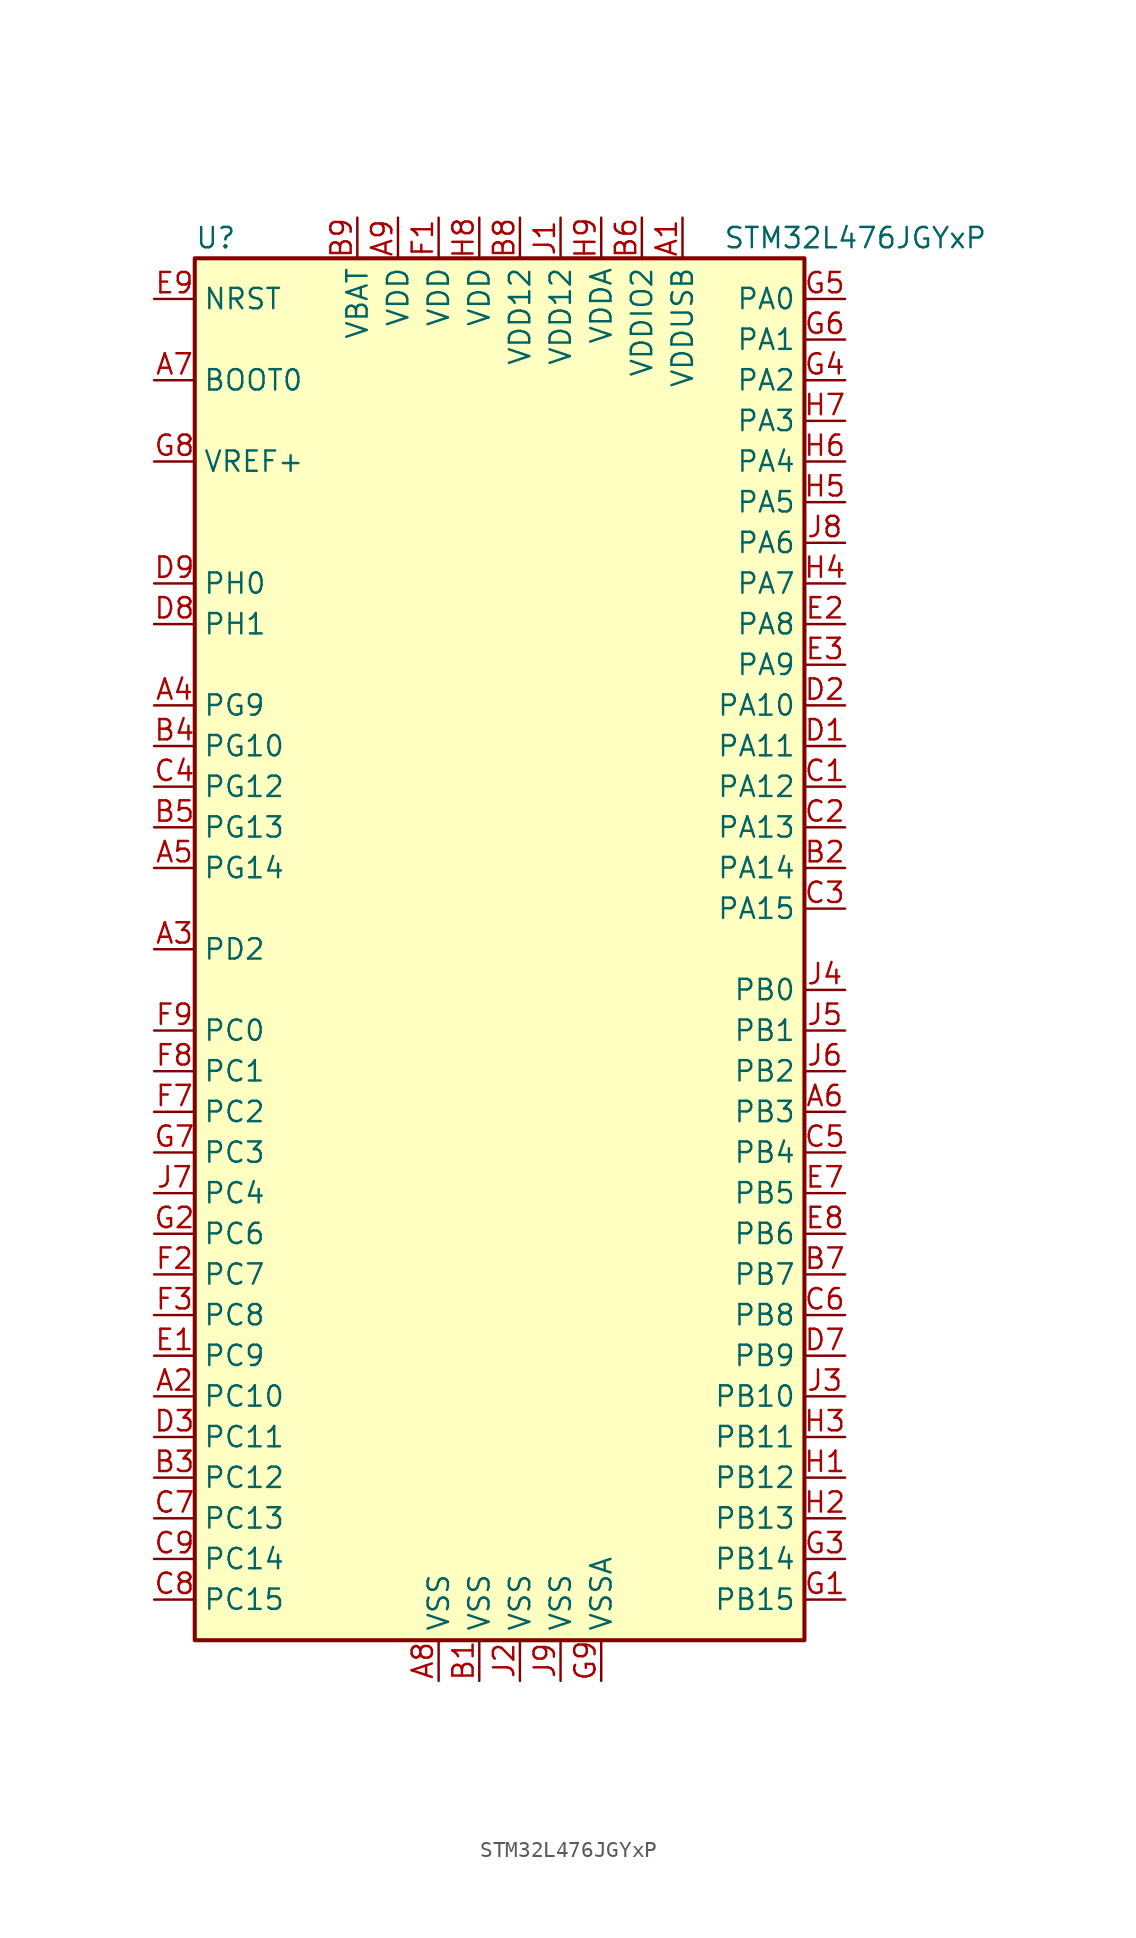
<source format=kicad_sym>
(kicad_symbol_lib
  (version 20201005)
  (generator kicad_symbol_editor)
  (symbol "MCU_ST_STM32L4:STM32L476JGYxP"
    (property "Reference" "U"
      (at -20.32 44.45 0)
      (effects (font (size 1.27 1.27)) (justify left)))
    (property "Value" "STM32L476JGYxP"
      (at 12.7 44.45 0)
      (effects (font (size 1.27 1.27)) (justify left)))
    (symbol "STM32L476JGYxP_0_1"
      (rectangle (start -20.32 -43.18) (end 17.78 43.18) (stroke (width 0.254)) (fill (type background))))
    (symbol "STM32L476JGYxP_1_1"
      (pin power_in line (at 10.16 45.72 270) (length 2.54) (name "VDDUSB" (effects (font (size 1.27 1.27)))) (number "A1" (effects (font (size 1.27 1.27)))))
      (pin bidirectional line (at -22.86 -27.94 0) (length 2.54) (name "PC10" (effects (font (size 1.27 1.27)))) (number "A2" (effects (font (size 1.27 1.27)))))
      (pin bidirectional line (at -22.86 0 0) (length 2.54) (name "PD2" (effects (font (size 1.27 1.27)))) (number "A3" (effects (font (size 1.27 1.27)))))
      (pin bidirectional line (at -22.86 15.24 0) (length 2.54) (name "PG9" (effects (font (size 1.27 1.27)))) (number "A4" (effects (font (size 1.27 1.27)))))
      (pin bidirectional line (at -22.86 5.08 0) (length 2.54) (name "PG14" (effects (font (size 1.27 1.27)))) (number "A5" (effects (font (size 1.27 1.27)))))
      (pin bidirectional line (at 20.32 -10.16 180) (length 2.54) (name "PB3" (effects (font (size 1.27 1.27)))) (number "A6" (effects (font (size 1.27 1.27)))))
      (pin input line (at -22.86 35.56 0) (length 2.54) (name "BOOT0" (effects (font (size 1.27 1.27)))) (number "A7" (effects (font (size 1.27 1.27)))))
      (pin power_in line (at -5.08 -45.72 90) (length 2.54) (name "VSS" (effects (font (size 1.27 1.27)))) (number "A8" (effects (font (size 1.27 1.27)))))
      (pin power_in line (at -7.62 45.72 270) (length 2.54) (name "VDD" (effects (font (size 1.27 1.27)))) (number "A9" (effects (font (size 1.27 1.27)))))
      (pin power_in line (at -2.54 -45.72 90) (length 2.54) (name "VSS" (effects (font (size 1.27 1.27)))) (number "B1" (effects (font (size 1.27 1.27)))))
      (pin bidirectional line (at 20.32 5.08 180) (length 2.54) (name "PA14" (effects (font (size 1.27 1.27)))) (number "B2" (effects (font (size 1.27 1.27)))))
      (pin bidirectional line (at -22.86 -33.02 0) (length 2.54) (name "PC12" (effects (font (size 1.27 1.27)))) (number "B3" (effects (font (size 1.27 1.27)))))
      (pin bidirectional line (at -22.86 12.7 0) (length 2.54) (name "PG10" (effects (font (size 1.27 1.27)))) (number "B4" (effects (font (size 1.27 1.27)))))
      (pin bidirectional line (at -22.86 7.62 0) (length 2.54) (name "PG13" (effects (font (size 1.27 1.27)))) (number "B5" (effects (font (size 1.27 1.27)))))
      (pin power_in line (at 7.62 45.72 270) (length 2.54) (name "VDDIO2" (effects (font (size 1.27 1.27)))) (number "B6" (effects (font (size 1.27 1.27)))))
      (pin bidirectional line (at 20.32 -20.32 180) (length 2.54) (name "PB7" (effects (font (size 1.27 1.27)))) (number "B7" (effects (font (size 1.27 1.27)))))
      (pin power_in line (at 0 45.72 270) (length 2.54) (name "VDD12" (effects (font (size 1.27 1.27)))) (number "B8" (effects (font (size 1.27 1.27)))))
      (pin power_in line (at -10.16 45.72 270) (length 2.54) (name "VBAT" (effects (font (size 1.27 1.27)))) (number "B9" (effects (font (size 1.27 1.27)))))
      (pin bidirectional line (at 20.32 10.16 180) (length 2.54) (name "PA12" (effects (font (size 1.27 1.27)))) (number "C1" (effects (font (size 1.27 1.27)))))
      (pin bidirectional line (at 20.32 7.62 180) (length 2.54) (name "PA13" (effects (font (size 1.27 1.27)))) (number "C2" (effects (font (size 1.27 1.27)))))
      (pin bidirectional line (at 20.32 2.54 180) (length 2.54) (name "PA15" (effects (font (size 1.27 1.27)))) (number "C3" (effects (font (size 1.27 1.27)))))
      (pin bidirectional line (at -22.86 10.16 0) (length 2.54) (name "PG12" (effects (font (size 1.27 1.27)))) (number "C4" (effects (font (size 1.27 1.27)))))
      (pin bidirectional line (at 20.32 -12.7 180) (length 2.54) (name "PB4" (effects (font (size 1.27 1.27)))) (number "C5" (effects (font (size 1.27 1.27)))))
      (pin bidirectional line (at 20.32 -22.86 180) (length 2.54) (name "PB8" (effects (font (size 1.27 1.27)))) (number "C6" (effects (font (size 1.27 1.27)))))
      (pin bidirectional line (at -22.86 -35.56 0) (length 2.54) (name "PC13" (effects (font (size 1.27 1.27)))) (number "C7" (effects (font (size 1.27 1.27)))))
      (pin bidirectional line (at -22.86 -40.64 0) (length 2.54) (name "PC15" (effects (font (size 1.27 1.27)))) (number "C8" (effects (font (size 1.27 1.27)))))
      (pin bidirectional line (at -22.86 -38.1 0) (length 2.54) (name "PC14" (effects (font (size 1.27 1.27)))) (number "C9" (effects (font (size 1.27 1.27)))))
      (pin bidirectional line (at 20.32 12.7 180) (length 2.54) (name "PA11" (effects (font (size 1.27 1.27)))) (number "D1" (effects (font (size 1.27 1.27)))))
      (pin bidirectional line (at 20.32 15.24 180) (length 2.54) (name "PA10" (effects (font (size 1.27 1.27)))) (number "D2" (effects (font (size 1.27 1.27)))))
      (pin bidirectional line (at -22.86 -30.48 0) (length 2.54) (name "PC11" (effects (font (size 1.27 1.27)))) (number "D3" (effects (font (size 1.27 1.27)))))
      (pin bidirectional line (at 20.32 -25.4 180) (length 2.54) (name "PB9" (effects (font (size 1.27 1.27)))) (number "D7" (effects (font (size 1.27 1.27)))))
      (pin input line (at -22.86 20.32 0) (length 2.54) (name "PH1" (effects (font (size 1.27 1.27)))) (number "D8" (effects (font (size 1.27 1.27)))))
      (pin input line (at -22.86 22.86 0) (length 2.54) (name "PH0" (effects (font (size 1.27 1.27)))) (number "D9" (effects (font (size 1.27 1.27)))))
      (pin bidirectional line (at -22.86 -25.4 0) (length 2.54) (name "PC9" (effects (font (size 1.27 1.27)))) (number "E1" (effects (font (size 1.27 1.27)))))
      (pin bidirectional line (at 20.32 20.32 180) (length 2.54) (name "PA8" (effects (font (size 1.27 1.27)))) (number "E2" (effects (font (size 1.27 1.27)))))
      (pin bidirectional line (at 20.32 17.78 180) (length 2.54) (name "PA9" (effects (font (size 1.27 1.27)))) (number "E3" (effects (font (size 1.27 1.27)))))
      (pin bidirectional line (at 20.32 -15.24 180) (length 2.54) (name "PB5" (effects (font (size 1.27 1.27)))) (number "E7" (effects (font (size 1.27 1.27)))))
      (pin bidirectional line (at 20.32 -17.78 180) (length 2.54) (name "PB6" (effects (font (size 1.27 1.27)))) (number "E8" (effects (font (size 1.27 1.27)))))
      (pin input line (at -22.86 40.64 0) (length 2.54) (name "NRST" (effects (font (size 1.27 1.27)))) (number "E9" (effects (font (size 1.27 1.27)))))
      (pin power_in line (at -5.08 45.72 270) (length 2.54) (name "VDD" (effects (font (size 1.27 1.27)))) (number "F1" (effects (font (size 1.27 1.27)))))
      (pin bidirectional line (at -22.86 -20.32 0) (length 2.54) (name "PC7" (effects (font (size 1.27 1.27)))) (number "F2" (effects (font (size 1.27 1.27)))))
      (pin bidirectional line (at -22.86 -22.86 0) (length 2.54) (name "PC8" (effects (font (size 1.27 1.27)))) (number "F3" (effects (font (size 1.27 1.27)))))
      (pin bidirectional line (at -22.86 -10.16 0) (length 2.54) (name "PC2" (effects (font (size 1.27 1.27)))) (number "F7" (effects (font (size 1.27 1.27)))))
      (pin bidirectional line (at -22.86 -7.62 0) (length 2.54) (name "PC1" (effects (font (size 1.27 1.27)))) (number "F8" (effects (font (size 1.27 1.27)))))
      (pin bidirectional line (at -22.86 -5.08 0) (length 2.54) (name "PC0" (effects (font (size 1.27 1.27)))) (number "F9" (effects (font (size 1.27 1.27)))))
      (pin bidirectional line (at 20.32 -40.64 180) (length 2.54) (name "PB15" (effects (font (size 1.27 1.27)))) (number "G1" (effects (font (size 1.27 1.27)))))
      (pin bidirectional line (at -22.86 -17.78 0) (length 2.54) (name "PC6" (effects (font (size 1.27 1.27)))) (number "G2" (effects (font (size 1.27 1.27)))))
      (pin bidirectional line (at 20.32 -38.1 180) (length 2.54) (name "PB14" (effects (font (size 1.27 1.27)))) (number "G3" (effects (font (size 1.27 1.27)))))
      (pin bidirectional line (at 20.32 35.56 180) (length 2.54) (name "PA2" (effects (font (size 1.27 1.27)))) (number "G4" (effects (font (size 1.27 1.27)))))
      (pin bidirectional line (at 20.32 40.64 180) (length 2.54) (name "PA0" (effects (font (size 1.27 1.27)))) (number "G5" (effects (font (size 1.27 1.27)))))
      (pin bidirectional line (at 20.32 38.1 180) (length 2.54) (name "PA1" (effects (font (size 1.27 1.27)))) (number "G6" (effects (font (size 1.27 1.27)))))
      (pin bidirectional line (at -22.86 -12.7 0) (length 2.54) (name "PC3" (effects (font (size 1.27 1.27)))) (number "G7" (effects (font (size 1.27 1.27)))))
      (pin bidirectional line (at -22.86 30.48 0) (length 2.54) (name "VREF+" (effects (font (size 1.27 1.27)))) (number "G8" (effects (font (size 1.27 1.27)))))
      (pin power_in line (at 5.08 -45.72 90) (length 2.54) (name "VSSA" (effects (font (size 1.27 1.27)))) (number "G9" (effects (font (size 1.27 1.27)))))
      (pin bidirectional line (at 20.32 -33.02 180) (length 2.54) (name "PB12" (effects (font (size 1.27 1.27)))) (number "H1" (effects (font (size 1.27 1.27)))))
      (pin bidirectional line (at 20.32 -35.56 180) (length 2.54) (name "PB13" (effects (font (size 1.27 1.27)))) (number "H2" (effects (font (size 1.27 1.27)))))
      (pin bidirectional line (at 20.32 -30.48 180) (length 2.54) (name "PB11" (effects (font (size 1.27 1.27)))) (number "H3" (effects (font (size 1.27 1.27)))))
      (pin bidirectional line (at 20.32 22.86 180) (length 2.54) (name "PA7" (effects (font (size 1.27 1.27)))) (number "H4" (effects (font (size 1.27 1.27)))))
      (pin bidirectional line (at 20.32 27.94 180) (length 2.54) (name "PA5" (effects (font (size 1.27 1.27)))) (number "H5" (effects (font (size 1.27 1.27)))))
      (pin bidirectional line (at 20.32 30.48 180) (length 2.54) (name "PA4" (effects (font (size 1.27 1.27)))) (number "H6" (effects (font (size 1.27 1.27)))))
      (pin bidirectional line (at 20.32 33.02 180) (length 2.54) (name "PA3" (effects (font (size 1.27 1.27)))) (number "H7" (effects (font (size 1.27 1.27)))))
      (pin power_in line (at -2.54 45.72 270) (length 2.54) (name "VDD" (effects (font (size 1.27 1.27)))) (number "H8" (effects (font (size 1.27 1.27)))))
      (pin power_in line (at 5.08 45.72 270) (length 2.54) (name "VDDA" (effects (font (size 1.27 1.27)))) (number "H9" (effects (font (size 1.27 1.27)))))
      (pin power_in line (at 2.54 45.72 270) (length 2.54) (name "VDD12" (effects (font (size 1.27 1.27)))) (number "J1" (effects (font (size 1.27 1.27)))))
      (pin power_in line (at 0 -45.72 90) (length 2.54) (name "VSS" (effects (font (size 1.27 1.27)))) (number "J2" (effects (font (size 1.27 1.27)))))
      (pin bidirectional line (at 20.32 -27.94 180) (length 2.54) (name "PB10" (effects (font (size 1.27 1.27)))) (number "J3" (effects (font (size 1.27 1.27)))))
      (pin bidirectional line (at 20.32 -2.54 180) (length 2.54) (name "PB0" (effects (font (size 1.27 1.27)))) (number "J4" (effects (font (size 1.27 1.27)))))
      (pin bidirectional line (at 20.32 -5.08 180) (length 2.54) (name "PB1" (effects (font (size 1.27 1.27)))) (number "J5" (effects (font (size 1.27 1.27)))))
      (pin bidirectional line (at 20.32 -7.62 180) (length 2.54) (name "PB2" (effects (font (size 1.27 1.27)))) (number "J6" (effects (font (size 1.27 1.27)))))
      (pin bidirectional line (at -22.86 -15.24 0) (length 2.54) (name "PC4" (effects (font (size 1.27 1.27)))) (number "J7" (effects (font (size 1.27 1.27)))))
      (pin bidirectional line (at 20.32 25.4 180) (length 2.54) (name "PA6" (effects (font (size 1.27 1.27)))) (number "J8" (effects (font (size 1.27 1.27)))))
      (pin power_in line (at 2.54 -45.72 90) (length 2.54) (name "VSS" (effects (font (size 1.27 1.27)))) (number "J9" (effects (font (size 1.27 1.27))))))))
</source>
